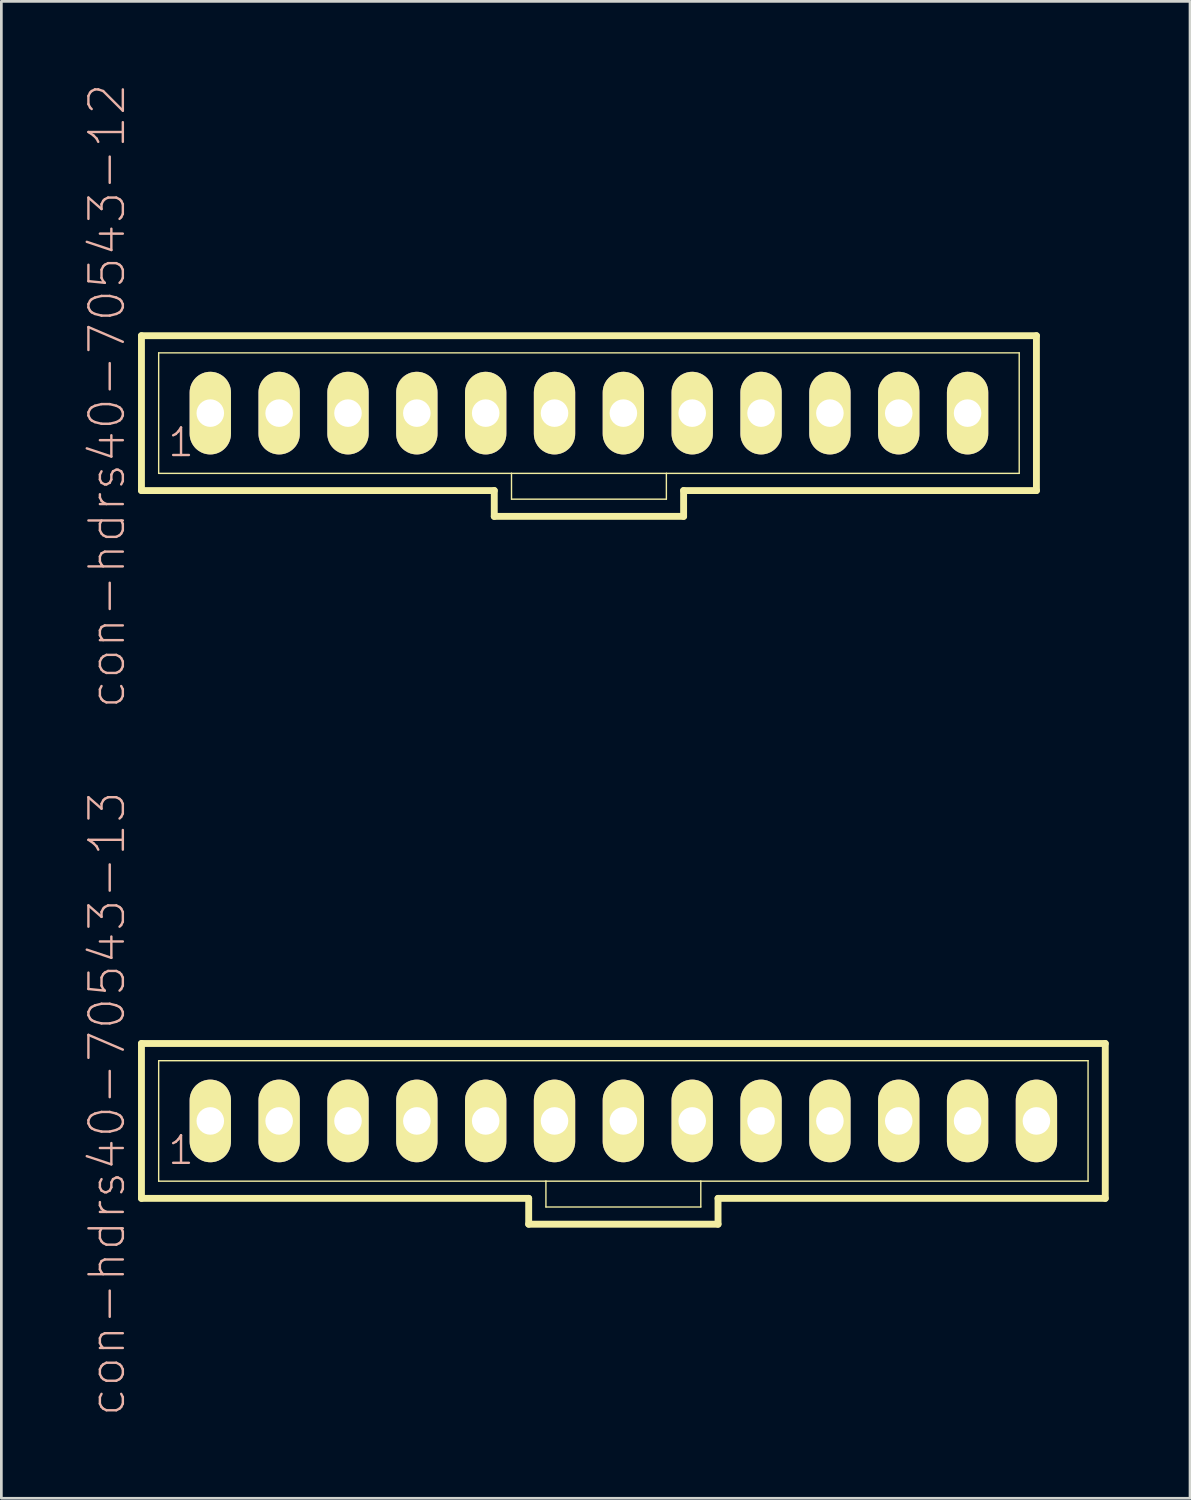
<source format=kicad_pcb>
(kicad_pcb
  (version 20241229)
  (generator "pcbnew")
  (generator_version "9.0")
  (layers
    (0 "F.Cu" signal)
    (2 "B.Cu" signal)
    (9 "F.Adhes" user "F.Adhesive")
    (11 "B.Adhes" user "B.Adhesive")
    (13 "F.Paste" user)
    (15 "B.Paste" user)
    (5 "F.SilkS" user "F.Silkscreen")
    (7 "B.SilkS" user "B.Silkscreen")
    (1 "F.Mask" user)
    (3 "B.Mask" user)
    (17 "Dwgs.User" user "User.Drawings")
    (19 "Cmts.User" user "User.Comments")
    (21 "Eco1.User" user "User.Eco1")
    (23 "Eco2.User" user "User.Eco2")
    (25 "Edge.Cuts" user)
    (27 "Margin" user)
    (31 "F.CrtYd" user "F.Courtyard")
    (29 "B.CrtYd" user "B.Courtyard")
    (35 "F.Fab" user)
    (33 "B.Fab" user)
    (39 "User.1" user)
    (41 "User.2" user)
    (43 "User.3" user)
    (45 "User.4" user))
  (footprint "con-hdrs40-70543-12"
    (layer "F.Cu")
    (at 18.679 12.192)
    (property "Reference" "con-hdrs40-70543-12" (at -17.78 -0.635 90) (layer "B.SilkS") (effects (font (size 1.27 1.27) (thickness 0.089))))
    (attr exclude_from_pos_files exclude_from_bom)
    (fp_line (start -16.51 -2.857) (end -16.51 2.857) (stroke (width 0.254) (type solid)) (layer "F.SilkS"))
    (fp_line (start -16.51 2.857) (end -3.493 2.857) (stroke (width 0.254) (type solid)) (layer "F.SilkS"))
    (fp_line (start -15.875 -2.223) (end -15.875 2.223) (stroke (width 0.051) (type solid)) (layer "F.SilkS"))
    (fp_line (start -15.875 -2.223) (end 15.875 -2.223) (stroke (width 0.051) (type solid)) (layer "F.SilkS"))
    (fp_line (start -15.875 2.223) (end -2.857 2.223) (stroke (width 0.051) (type solid)) (layer "F.SilkS"))
    (fp_line (start -14.206 -0.236) (end -13.731 -0.236) (stroke (width 0.066) (type solid)) (layer "F.SilkS"))
    (fp_line (start -14.206 0.236) (end -14.206 -0.236) (stroke (width 0.066) (type solid)) (layer "F.SilkS"))
    (fp_line (start -14.206 0.236) (end -13.731 0.236) (stroke (width 0.066) (type solid)) (layer "F.SilkS"))
    (fp_line (start -13.731 0.236) (end -13.731 -0.236) (stroke (width 0.066) (type solid)) (layer "F.SilkS"))
    (fp_line (start -11.666 -0.236) (end -11.191 -0.236) (stroke (width 0.066) (type solid)) (layer "F.SilkS"))
    (fp_line (start -11.666 0.236) (end -11.666 -0.236) (stroke (width 0.066) (type solid)) (layer "F.SilkS"))
    (fp_line (start -11.666 0.236) (end -11.191 0.236) (stroke (width 0.066) (type solid)) (layer "F.SilkS"))
    (fp_line (start -11.191 0.236) (end -11.191 -0.236) (stroke (width 0.066) (type solid)) (layer "F.SilkS"))
    (fp_line (start -9.126 -0.236) (end -8.651 -0.236) (stroke (width 0.066) (type solid)) (layer "F.SilkS"))
    (fp_line (start -9.126 0.236) (end -9.126 -0.236) (stroke (width 0.066) (type solid)) (layer "F.SilkS"))
    (fp_line (start -9.126 0.236) (end -8.651 0.236) (stroke (width 0.066) (type solid)) (layer "F.SilkS"))
    (fp_line (start -8.651 0.236) (end -8.651 -0.236) (stroke (width 0.066) (type solid)) (layer "F.SilkS"))
    (fp_line (start -6.586 -0.236) (end -6.111 -0.236) (stroke (width 0.066) (type solid)) (layer "F.SilkS"))
    (fp_line (start -6.586 0.236) (end -6.586 -0.236) (stroke (width 0.066) (type solid)) (layer "F.SilkS"))
    (fp_line (start -6.586 0.236) (end -6.111 0.236) (stroke (width 0.066) (type solid)) (layer "F.SilkS"))
    (fp_line (start -6.111 0.236) (end -6.111 -0.236) (stroke (width 0.066) (type solid)) (layer "F.SilkS"))
    (fp_line (start -4.046 -0.236) (end -3.571 -0.236) (stroke (width 0.066) (type solid)) (layer "F.SilkS"))
    (fp_line (start -4.046 0.236) (end -4.046 -0.236) (stroke (width 0.066) (type solid)) (layer "F.SilkS"))
    (fp_line (start -4.046 0.236) (end -3.571 0.236) (stroke (width 0.066) (type solid)) (layer "F.SilkS"))
    (fp_line (start -3.571 0.236) (end -3.571 -0.236) (stroke (width 0.066) (type solid)) (layer "F.SilkS"))
    (fp_line (start -3.493 2.857) (end -3.493 3.81) (stroke (width 0.254) (type solid)) (layer "F.SilkS"))
    (fp_line (start -3.493 3.81) (end 3.493 3.81) (stroke (width 0.254) (type solid)) (layer "F.SilkS"))
    (fp_line (start -2.857 2.223) (end -2.857 3.175) (stroke (width 0.051) (type solid)) (layer "F.SilkS"))
    (fp_line (start -2.857 2.223) (end 2.857 2.223) (stroke (width 0.051) (type solid)) (layer "F.SilkS"))
    (fp_line (start -1.506 -0.236) (end -1.031 -0.236) (stroke (width 0.066) (type solid)) (layer "F.SilkS"))
    (fp_line (start -1.506 0.236) (end -1.506 -0.236) (stroke (width 0.066) (type solid)) (layer "F.SilkS"))
    (fp_line (start -1.506 0.236) (end -1.031 0.236) (stroke (width 0.066) (type solid)) (layer "F.SilkS"))
    (fp_line (start -1.031 0.236) (end -1.031 -0.236) (stroke (width 0.066) (type solid)) (layer "F.SilkS"))
    (fp_line (start 1.031 -0.236) (end 1.506 -0.236) (stroke (width 0.066) (type solid)) (layer "F.SilkS"))
    (fp_line (start 1.031 0.236) (end 1.031 -0.236) (stroke (width 0.066) (type solid)) (layer "F.SilkS"))
    (fp_line (start 1.031 0.236) (end 1.506 0.236) (stroke (width 0.066) (type solid)) (layer "F.SilkS"))
    (fp_line (start 1.506 0.236) (end 1.506 -0.236) (stroke (width 0.066) (type solid)) (layer "F.SilkS"))
    (fp_line (start 2.857 2.223) (end 2.857 3.175) (stroke (width 0.051) (type solid)) (layer "F.SilkS"))
    (fp_line (start 2.857 2.223) (end 15.875 2.223) (stroke (width 0.051) (type solid)) (layer "F.SilkS"))
    (fp_line (start 2.857 3.175) (end -2.857 3.175) (stroke (width 0.051) (type solid)) (layer "F.SilkS"))
    (fp_line (start 3.493 2.857) (end 16.51 2.857) (stroke (width 0.254) (type solid)) (layer "F.SilkS"))
    (fp_line (start 3.493 3.81) (end 3.493 2.857) (stroke (width 0.254) (type solid)) (layer "F.SilkS"))
    (fp_line (start 3.571 -0.236) (end 4.046 -0.236) (stroke (width 0.066) (type solid)) (layer "F.SilkS"))
    (fp_line (start 3.571 0.236) (end 3.571 -0.236) (stroke (width 0.066) (type solid)) (layer "F.SilkS"))
    (fp_line (start 3.571 0.236) (end 4.046 0.236) (stroke (width 0.066) (type solid)) (layer "F.SilkS"))
    (fp_line (start 4.046 0.236) (end 4.046 -0.236) (stroke (width 0.066) (type solid)) (layer "F.SilkS"))
    (fp_line (start 6.111 -0.236) (end 6.586 -0.236) (stroke (width 0.066) (type solid)) (layer "F.SilkS"))
    (fp_line (start 6.111 0.236) (end 6.111 -0.236) (stroke (width 0.066) (type solid)) (layer "F.SilkS"))
    (fp_line (start 6.111 0.236) (end 6.586 0.236) (stroke (width 0.066) (type solid)) (layer "F.SilkS"))
    (fp_line (start 6.586 0.236) (end 6.586 -0.236) (stroke (width 0.066) (type solid)) (layer "F.SilkS"))
    (fp_line (start 8.651 -0.236) (end 9.126 -0.236) (stroke (width 0.066) (type solid)) (layer "F.SilkS"))
    (fp_line (start 8.651 0.236) (end 8.651 -0.236) (stroke (width 0.066) (type solid)) (layer "F.SilkS"))
    (fp_line (start 8.651 0.236) (end 9.126 0.236) (stroke (width 0.066) (type solid)) (layer "F.SilkS"))
    (fp_line (start 9.126 0.236) (end 9.126 -0.236) (stroke (width 0.066) (type solid)) (layer "F.SilkS"))
    (fp_line (start 11.191 -0.236) (end 11.666 -0.236) (stroke (width 0.066) (type solid)) (layer "F.SilkS"))
    (fp_line (start 11.191 0.236) (end 11.191 -0.236) (stroke (width 0.066) (type solid)) (layer "F.SilkS"))
    (fp_line (start 11.191 0.236) (end 11.666 0.236) (stroke (width 0.066) (type solid)) (layer "F.SilkS"))
    (fp_line (start 11.666 0.236) (end 11.666 -0.236) (stroke (width 0.066) (type solid)) (layer "F.SilkS"))
    (fp_line (start 13.731 -0.236) (end 14.206 -0.236) (stroke (width 0.066) (type solid)) (layer "F.SilkS"))
    (fp_line (start 13.731 0.236) (end 13.731 -0.236) (stroke (width 0.066) (type solid)) (layer "F.SilkS"))
    (fp_line (start 13.731 0.236) (end 14.206 0.236) (stroke (width 0.066) (type solid)) (layer "F.SilkS"))
    (fp_line (start 14.206 0.236) (end 14.206 -0.236) (stroke (width 0.066) (type solid)) (layer "F.SilkS"))
    (fp_line (start 15.875 -2.223) (end 15.875 2.223) (stroke (width 0.051) (type solid)) (layer "F.SilkS"))
    (fp_line (start 16.51 -2.857) (end -16.51 -2.857) (stroke (width 0.254) (type solid)) (layer "F.SilkS"))
    (fp_line (start 16.51 2.857) (end 16.51 -2.857) (stroke (width 0.254) (type solid)) (layer "F.SilkS"))
    (fp_text user "1" (at -15.05 1.079 0) (layer "B.SilkS") (effects (font (size 1.016 1.016) (thickness 0.089))))
    (pad "1" thru_hole oval (at -13.97 0) (size 1.524 3.048) (drill 1.016) (layers "*.Cu" "F.Mask" "F.SilkS" "F.Paste"))
    (pad "2" thru_hole oval (at -11.43 0) (size 1.524 3.048) (drill 1.016) (layers "*.Cu" "F.Mask" "F.SilkS" "F.Paste"))
    (pad "3" thru_hole oval (at -8.89 0) (size 1.524 3.048) (drill 1.016) (layers "*.Cu" "F.Mask" "F.SilkS" "F.Paste"))
    (pad "4" thru_hole oval (at -6.35 0) (size 1.524 3.048) (drill 1.016) (layers "*.Cu" "F.Mask" "F.SilkS" "F.Paste"))
    (pad "5" thru_hole oval (at -3.81 0) (size 1.524 3.048) (drill 1.016) (layers "*.Cu" "F.Mask" "F.SilkS" "F.Paste"))
    (pad "6" thru_hole oval (at -1.27 0) (size 1.524 3.048) (drill 1.016) (layers "*.Cu" "F.Mask" "F.SilkS" "F.Paste"))
    (pad "7" thru_hole oval (at 1.27 0) (size 1.524 3.048) (drill 1.016) (layers "*.Cu" "F.Mask" "F.SilkS" "F.Paste"))
    (pad "8" thru_hole oval (at 3.81 0) (size 1.524 3.048) (drill 1.016) (layers "*.Cu" "F.Mask" "F.SilkS" "F.Paste"))
    (pad "9" thru_hole oval (at 6.35 0) (size 1.524 3.048) (drill 1.016) (layers "*.Cu" "F.Mask" "F.SilkS" "F.Paste"))
    (pad "10" thru_hole oval (at 8.89 0) (size 1.524 3.048) (drill 1.016) (layers "*.Cu" "F.Mask" "F.SilkS" "F.Paste"))
    (pad "11" thru_hole oval (at 11.43 0) (size 1.524 3.048) (drill 1.016) (layers "*.Cu" "F.Mask" "F.SilkS" "F.Paste"))
    (pad "12" thru_hole oval (at 13.97 0) (size 1.524 3.048) (drill 1.016) (layers "*.Cu" "F.Mask" "F.SilkS" "F.Paste")))
  (footprint "con-hdrs40-70543-13"
    (layer "F.Cu")
    (at 19.949 38.307)
    (property "Reference" "con-hdrs40-70543-13" (at -19.05 -0.635 90) (layer "B.SilkS") (effects (font (size 1.27 1.27) (thickness 0.089))))
    (attr exclude_from_pos_files exclude_from_bom)
    (fp_line (start -17.78 -2.857) (end -17.78 2.857) (stroke (width 0.254) (type solid)) (layer "F.SilkS"))
    (fp_line (start -17.78 2.857) (end -3.493 2.857) (stroke (width 0.254) (type solid)) (layer "F.SilkS"))
    (fp_line (start -17.145 -2.223) (end -17.145 2.223) (stroke (width 0.051) (type solid)) (layer "F.SilkS"))
    (fp_line (start -17.145 -2.223) (end 17.145 -2.223) (stroke (width 0.051) (type solid)) (layer "F.SilkS"))
    (fp_line (start -17.145 2.223) (end -2.857 2.223) (stroke (width 0.051) (type solid)) (layer "F.SilkS"))
    (fp_line (start -15.476 -0.236) (end -15.001 -0.236) (stroke (width 0.066) (type solid)) (layer "F.SilkS"))
    (fp_line (start -15.476 0.236) (end -15.476 -0.236) (stroke (width 0.066) (type solid)) (layer "F.SilkS"))
    (fp_line (start -15.476 0.236) (end -15.001 0.236) (stroke (width 0.066) (type solid)) (layer "F.SilkS"))
    (fp_line (start -15.001 0.236) (end -15.001 -0.236) (stroke (width 0.066) (type solid)) (layer "F.SilkS"))
    (fp_line (start -12.936 -0.236) (end -12.461 -0.236) (stroke (width 0.066) (type solid)) (layer "F.SilkS"))
    (fp_line (start -12.936 0.236) (end -12.936 -0.236) (stroke (width 0.066) (type solid)) (layer "F.SilkS"))
    (fp_line (start -12.936 0.236) (end -12.461 0.236) (stroke (width 0.066) (type solid)) (layer "F.SilkS"))
    (fp_line (start -12.461 0.236) (end -12.461 -0.236) (stroke (width 0.066) (type solid)) (layer "F.SilkS"))
    (fp_line (start -10.396 -0.236) (end -9.921 -0.236) (stroke (width 0.066) (type solid)) (layer "F.SilkS"))
    (fp_line (start -10.396 0.236) (end -10.396 -0.236) (stroke (width 0.066) (type solid)) (layer "F.SilkS"))
    (fp_line (start -10.396 0.236) (end -9.921 0.236) (stroke (width 0.066) (type solid)) (layer "F.SilkS"))
    (fp_line (start -9.921 0.236) (end -9.921 -0.236) (stroke (width 0.066) (type solid)) (layer "F.SilkS"))
    (fp_line (start -7.856 -0.236) (end -7.381 -0.236) (stroke (width 0.066) (type solid)) (layer "F.SilkS"))
    (fp_line (start -7.856 0.236) (end -7.856 -0.236) (stroke (width 0.066) (type solid)) (layer "F.SilkS"))
    (fp_line (start -7.856 0.236) (end -7.381 0.236) (stroke (width 0.066) (type solid)) (layer "F.SilkS"))
    (fp_line (start -7.381 0.236) (end -7.381 -0.236) (stroke (width 0.066) (type solid)) (layer "F.SilkS"))
    (fp_line (start -5.316 -0.236) (end -4.841 -0.236) (stroke (width 0.066) (type solid)) (layer "F.SilkS"))
    (fp_line (start -5.316 0.236) (end -5.316 -0.236) (stroke (width 0.066) (type solid)) (layer "F.SilkS"))
    (fp_line (start -5.316 0.236) (end -4.841 0.236) (stroke (width 0.066) (type solid)) (layer "F.SilkS"))
    (fp_line (start -4.841 0.236) (end -4.841 -0.236) (stroke (width 0.066) (type solid)) (layer "F.SilkS"))
    (fp_line (start -3.493 2.857) (end -3.493 3.81) (stroke (width 0.254) (type solid)) (layer "F.SilkS"))
    (fp_line (start -3.493 3.81) (end 3.493 3.81) (stroke (width 0.254) (type solid)) (layer "F.SilkS"))
    (fp_line (start -2.857 2.223) (end -2.857 3.175) (stroke (width 0.051) (type solid)) (layer "F.SilkS"))
    (fp_line (start -2.857 2.223) (end 2.857 2.223) (stroke (width 0.051) (type solid)) (layer "F.SilkS"))
    (fp_line (start -2.776 -0.236) (end -2.301 -0.236) (stroke (width 0.066) (type solid)) (layer "F.SilkS"))
    (fp_line (start -2.776 0.236) (end -2.776 -0.236) (stroke (width 0.066) (type solid)) (layer "F.SilkS"))
    (fp_line (start -2.776 0.236) (end -2.301 0.236) (stroke (width 0.066) (type solid)) (layer "F.SilkS"))
    (fp_line (start -2.301 0.236) (end -2.301 -0.236) (stroke (width 0.066) (type solid)) (layer "F.SilkS"))
    (fp_line (start -0.236 -0.236) (end 0.236 -0.236) (stroke (width 0.066) (type solid)) (layer "F.SilkS"))
    (fp_line (start -0.236 0.236) (end -0.236 -0.236) (stroke (width 0.066) (type solid)) (layer "F.SilkS"))
    (fp_line (start -0.236 0.236) (end 0.236 0.236) (stroke (width 0.066) (type solid)) (layer "F.SilkS"))
    (fp_line (start 0.236 0.236) (end 0.236 -0.236) (stroke (width 0.066) (type solid)) (layer "F.SilkS"))
    (fp_line (start 2.301 -0.236) (end 2.776 -0.236) (stroke (width 0.066) (type solid)) (layer "F.SilkS"))
    (fp_line (start 2.301 0.236) (end 2.301 -0.236) (stroke (width 0.066) (type solid)) (layer "F.SilkS"))
    (fp_line (start 2.301 0.236) (end 2.776 0.236) (stroke (width 0.066) (type solid)) (layer "F.SilkS"))
    (fp_line (start 2.776 0.236) (end 2.776 -0.236) (stroke (width 0.066) (type solid)) (layer "F.SilkS"))
    (fp_line (start 2.857 2.223) (end 2.857 3.175) (stroke (width 0.051) (type solid)) (layer "F.SilkS"))
    (fp_line (start 2.857 2.223) (end 17.145 2.223) (stroke (width 0.051) (type solid)) (layer "F.SilkS"))
    (fp_line (start 2.857 3.175) (end -2.857 3.175) (stroke (width 0.051) (type solid)) (layer "F.SilkS"))
    (fp_line (start 3.493 2.857) (end 17.78 2.857) (stroke (width 0.254) (type solid)) (layer "F.SilkS"))
    (fp_line (start 3.493 3.81) (end 3.493 2.857) (stroke (width 0.254) (type solid)) (layer "F.SilkS"))
    (fp_line (start 4.841 -0.236) (end 5.316 -0.236) (stroke (width 0.066) (type solid)) (layer "F.SilkS"))
    (fp_line (start 4.841 0.236) (end 4.841 -0.236) (stroke (width 0.066) (type solid)) (layer "F.SilkS"))
    (fp_line (start 4.841 0.236) (end 5.316 0.236) (stroke (width 0.066) (type solid)) (layer "F.SilkS"))
    (fp_line (start 5.316 0.236) (end 5.316 -0.236) (stroke (width 0.066) (type solid)) (layer "F.SilkS"))
    (fp_line (start 7.381 -0.236) (end 7.856 -0.236) (stroke (width 0.066) (type solid)) (layer "F.SilkS"))
    (fp_line (start 7.381 0.236) (end 7.381 -0.236) (stroke (width 0.066) (type solid)) (layer "F.SilkS"))
    (fp_line (start 7.381 0.236) (end 7.856 0.236) (stroke (width 0.066) (type solid)) (layer "F.SilkS"))
    (fp_line (start 7.856 0.236) (end 7.856 -0.236) (stroke (width 0.066) (type solid)) (layer "F.SilkS"))
    (fp_line (start 9.921 -0.236) (end 10.396 -0.236) (stroke (width 0.066) (type solid)) (layer "F.SilkS"))
    (fp_line (start 9.921 0.236) (end 9.921 -0.236) (stroke (width 0.066) (type solid)) (layer "F.SilkS"))
    (fp_line (start 9.921 0.236) (end 10.396 0.236) (stroke (width 0.066) (type solid)) (layer "F.SilkS"))
    (fp_line (start 10.396 0.236) (end 10.396 -0.236) (stroke (width 0.066) (type solid)) (layer "F.SilkS"))
    (fp_line (start 12.461 -0.236) (end 12.936 -0.236) (stroke (width 0.066) (type solid)) (layer "F.SilkS"))
    (fp_line (start 12.461 0.236) (end 12.461 -0.236) (stroke (width 0.066) (type solid)) (layer "F.SilkS"))
    (fp_line (start 12.461 0.236) (end 12.936 0.236) (stroke (width 0.066) (type solid)) (layer "F.SilkS"))
    (fp_line (start 12.936 0.236) (end 12.936 -0.236) (stroke (width 0.066) (type solid)) (layer "F.SilkS"))
    (fp_line (start 15.001 -0.236) (end 15.476 -0.236) (stroke (width 0.066) (type solid)) (layer "F.SilkS"))
    (fp_line (start 15.001 0.236) (end 15.001 -0.236) (stroke (width 0.066) (type solid)) (layer "F.SilkS"))
    (fp_line (start 15.001 0.236) (end 15.476 0.236) (stroke (width 0.066) (type solid)) (layer "F.SilkS"))
    (fp_line (start 15.476 0.236) (end 15.476 -0.236) (stroke (width 0.066) (type solid)) (layer "F.SilkS"))
    (fp_line (start 17.145 -2.223) (end 17.145 2.223) (stroke (width 0.051) (type solid)) (layer "F.SilkS"))
    (fp_line (start 17.78 -2.857) (end -17.78 -2.857) (stroke (width 0.254) (type solid)) (layer "F.SilkS"))
    (fp_line (start 17.78 2.857) (end 17.78 -2.857) (stroke (width 0.254) (type solid)) (layer "F.SilkS"))
    (fp_text user "1" (at -16.32 1.079 0) (layer "B.SilkS") (effects (font (size 1.016 1.016) (thickness 0.089))))
    (pad "1" thru_hole oval (at -15.24 0) (size 1.524 3.048) (drill 1.016) (layers "*.Cu" "F.Mask" "F.SilkS" "F.Paste"))
    (pad "2" thru_hole oval (at -12.7 0) (size 1.524 3.048) (drill 1.016) (layers "*.Cu" "F.Mask" "F.SilkS" "F.Paste"))
    (pad "3" thru_hole oval (at -10.16 0) (size 1.524 3.048) (drill 1.016) (layers "*.Cu" "F.Mask" "F.SilkS" "F.Paste"))
    (pad "4" thru_hole oval (at -7.62 0) (size 1.524 3.048) (drill 1.016) (layers "*.Cu" "F.Mask" "F.SilkS" "F.Paste"))
    (pad "5" thru_hole oval (at -5.08 0) (size 1.524 3.048) (drill 1.016) (layers "*.Cu" "F.Mask" "F.SilkS" "F.Paste"))
    (pad "6" thru_hole oval (at -2.54 0) (size 1.524 3.048) (drill 1.016) (layers "*.Cu" "F.Mask" "F.SilkS" "F.Paste"))
    (pad "7" thru_hole oval (at 0 0) (size 1.524 3.048) (drill 1.016) (layers "*.Cu" "F.Mask" "F.SilkS" "F.Paste"))
    (pad "8" thru_hole oval (at 2.54 0) (size 1.524 3.048) (drill 1.016) (layers "*.Cu" "F.Mask" "F.SilkS" "F.Paste"))
    (pad "9" thru_hole oval (at 5.08 0) (size 1.524 3.048) (drill 1.016) (layers "*.Cu" "F.Mask" "F.SilkS" "F.Paste"))
    (pad "10" thru_hole oval (at 7.62 0) (size 1.524 3.048) (drill 1.016) (layers "*.Cu" "F.Mask" "F.SilkS" "F.Paste"))
    (pad "11" thru_hole oval (at 10.16 0) (size 1.524 3.048) (drill 1.016) (layers "*.Cu" "F.Mask" "F.SilkS" "F.Paste"))
    (pad "12" thru_hole oval (at 12.7 0) (size 1.524 3.048) (drill 1.016) (layers "*.Cu" "F.Mask" "F.SilkS" "F.Paste"))
    (pad "13" thru_hole oval (at 15.24 0) (size 1.524 3.048) (drill 1.016) (layers "*.Cu" "F.Mask" "F.SilkS" "F.Paste")))
  (gr_rect
    (start -3 -3)
    (end 40.856 52.229)
    (stroke (width 0.1) (type default))
    (fill no)
    (layer "Edge.Cuts")))
</source>
